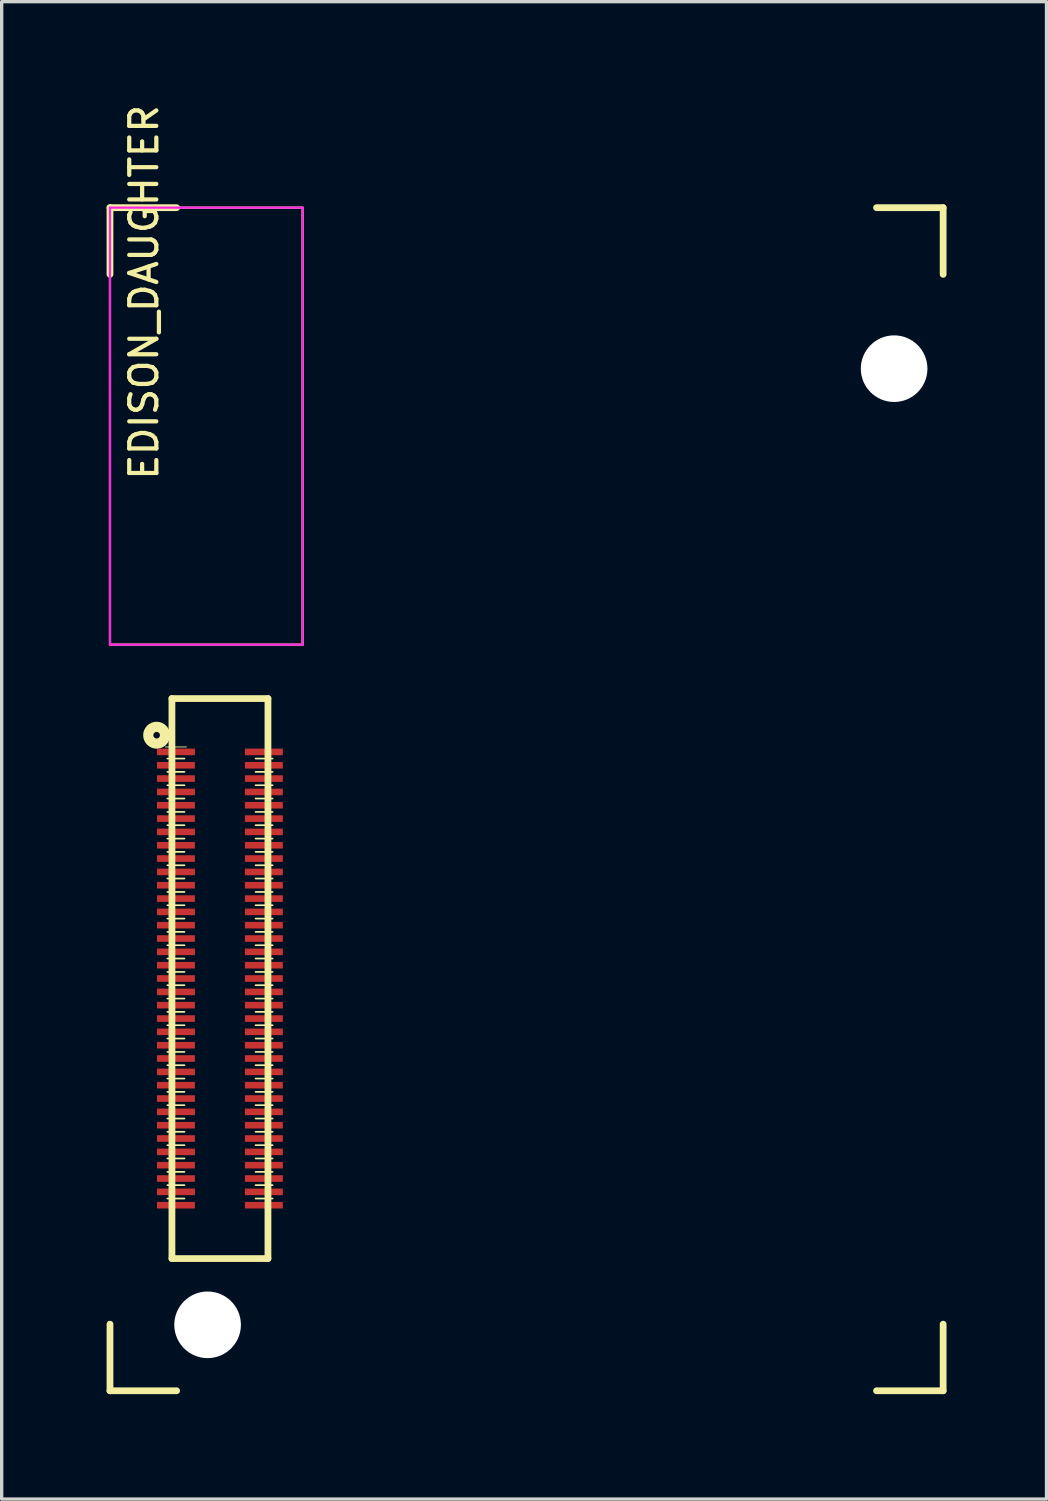
<source format=kicad_pcb>
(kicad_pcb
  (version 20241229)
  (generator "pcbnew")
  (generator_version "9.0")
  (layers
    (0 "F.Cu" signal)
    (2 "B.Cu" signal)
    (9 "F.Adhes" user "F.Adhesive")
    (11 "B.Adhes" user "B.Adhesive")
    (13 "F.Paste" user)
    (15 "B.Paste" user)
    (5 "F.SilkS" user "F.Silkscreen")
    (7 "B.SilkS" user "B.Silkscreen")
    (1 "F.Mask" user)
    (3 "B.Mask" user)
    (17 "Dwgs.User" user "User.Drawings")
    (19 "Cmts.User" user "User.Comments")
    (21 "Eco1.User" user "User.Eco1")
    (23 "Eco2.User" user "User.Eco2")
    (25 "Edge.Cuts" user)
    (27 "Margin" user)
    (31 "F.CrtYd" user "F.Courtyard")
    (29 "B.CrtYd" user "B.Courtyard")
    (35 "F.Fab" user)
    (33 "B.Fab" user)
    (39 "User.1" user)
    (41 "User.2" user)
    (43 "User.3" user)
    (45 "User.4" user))
  (footprint "EDISON_DAUGHTER"
    (layer "F.Cu")
    (at 0.25 38.68)
    (property "Reference" "EDISON_DAUGHTER" (at 1.021 -32.959 270) (layer "F.SilkS") (effects (font (size 0.813 0.813) (thickness 0.127))))
    (attr smd)
    (fp_line (start 0 -35.499) (end 1.999 -35.499) (stroke (width 0.203) (type solid)) (layer "F.SilkS"))
    (fp_line (start 0 -35.499) (end 5.779 -35.499) (stroke (width 0.066) (type solid)) (layer "F.SilkS"))
    (fp_line (start 0 -33.498) (end 0 -35.499) (stroke (width 0.203) (type solid)) (layer "F.SilkS"))
    (fp_line (start 0 -22.388) (end 0 -35.499) (stroke (width 0.066) (type solid)) (layer "F.SilkS"))
    (fp_line (start 0 -22.388) (end 5.779 -22.388) (stroke (width 0.066) (type solid)) (layer "F.SilkS"))
    (fp_line (start 0 0) (end 0 -1.999) (stroke (width 0.203) (type solid)) (layer "F.SilkS"))
    (fp_line (start 1.661 -19.317) (end 2.296 -19.317) (stroke (width 0.025) (type solid)) (layer "F.SilkS"))
    (fp_line (start 1.722 -18.969) (end 2.235 -18.969) (stroke (width 0.051) (type solid)) (layer "F.SilkS"))
    (fp_line (start 1.722 -18.57) (end 2.235 -18.57) (stroke (width 0.051) (type solid)) (layer "F.SilkS"))
    (fp_line (start 1.722 -18.169) (end 2.235 -18.169) (stroke (width 0.051) (type solid)) (layer "F.SilkS"))
    (fp_line (start 1.722 -17.77) (end 2.235 -17.77) (stroke (width 0.051) (type solid)) (layer "F.SilkS"))
    (fp_line (start 1.722 -17.369) (end 2.235 -17.369) (stroke (width 0.051) (type solid)) (layer "F.SilkS"))
    (fp_line (start 1.722 -16.97) (end 2.235 -16.97) (stroke (width 0.051) (type solid)) (layer "F.SilkS"))
    (fp_line (start 1.722 -16.568) (end 2.235 -16.568) (stroke (width 0.051) (type solid)) (layer "F.SilkS"))
    (fp_line (start 1.722 -16.17) (end 2.235 -16.17) (stroke (width 0.051) (type solid)) (layer "F.SilkS"))
    (fp_line (start 1.722 -15.768) (end 2.235 -15.768) (stroke (width 0.051) (type solid)) (layer "F.SilkS"))
    (fp_line (start 1.722 -15.37) (end 2.235 -15.37) (stroke (width 0.051) (type solid)) (layer "F.SilkS"))
    (fp_line (start 1.722 -14.968) (end 2.235 -14.968) (stroke (width 0.051) (type solid)) (layer "F.SilkS"))
    (fp_line (start 1.722 -14.569) (end 2.235 -14.569) (stroke (width 0.051) (type solid)) (layer "F.SilkS"))
    (fp_line (start 1.722 -14.168) (end 2.235 -14.168) (stroke (width 0.051) (type solid)) (layer "F.SilkS"))
    (fp_line (start 1.722 -13.769) (end 2.235 -13.769) (stroke (width 0.051) (type solid)) (layer "F.SilkS"))
    (fp_line (start 1.722 -13.368) (end 2.235 -13.368) (stroke (width 0.051) (type solid)) (layer "F.SilkS"))
    (fp_line (start 1.722 -12.969) (end 2.235 -12.969) (stroke (width 0.051) (type solid)) (layer "F.SilkS"))
    (fp_line (start 1.722 -12.568) (end 2.235 -12.568) (stroke (width 0.051) (type solid)) (layer "F.SilkS"))
    (fp_line (start 1.722 -12.169) (end 2.235 -12.169) (stroke (width 0.051) (type solid)) (layer "F.SilkS"))
    (fp_line (start 1.722 -11.768) (end 2.235 -11.768) (stroke (width 0.051) (type solid)) (layer "F.SilkS"))
    (fp_line (start 1.722 -11.369) (end 2.235 -11.369) (stroke (width 0.051) (type solid)) (layer "F.SilkS"))
    (fp_line (start 1.722 -10.968) (end 2.235 -10.968) (stroke (width 0.051) (type solid)) (layer "F.SilkS"))
    (fp_line (start 1.722 -10.569) (end 2.235 -10.569) (stroke (width 0.051) (type solid)) (layer "F.SilkS"))
    (fp_line (start 1.722 -10.168) (end 2.235 -10.168) (stroke (width 0.051) (type solid)) (layer "F.SilkS"))
    (fp_line (start 1.722 -9.769) (end 2.235 -9.769) (stroke (width 0.051) (type solid)) (layer "F.SilkS"))
    (fp_line (start 1.722 -9.368) (end 2.235 -9.368) (stroke (width 0.051) (type solid)) (layer "F.SilkS"))
    (fp_line (start 1.722 -8.969) (end 2.235 -8.969) (stroke (width 0.051) (type solid)) (layer "F.SilkS"))
    (fp_line (start 1.722 -8.57) (end 2.235 -8.57) (stroke (width 0.051) (type solid)) (layer "F.SilkS"))
    (fp_line (start 1.722 -8.169) (end 2.235 -8.169) (stroke (width 0.051) (type solid)) (layer "F.SilkS"))
    (fp_line (start 1.722 -7.77) (end 2.235 -7.77) (stroke (width 0.051) (type solid)) (layer "F.SilkS"))
    (fp_line (start 1.722 -7.369) (end 2.235 -7.369) (stroke (width 0.051) (type solid)) (layer "F.SilkS"))
    (fp_line (start 1.722 -6.97) (end 2.235 -6.97) (stroke (width 0.051) (type solid)) (layer "F.SilkS"))
    (fp_line (start 1.722 -6.568) (end 2.235 -6.568) (stroke (width 0.051) (type solid)) (layer "F.SilkS"))
    (fp_line (start 1.722 -6.17) (end 2.235 -6.17) (stroke (width 0.051) (type solid)) (layer "F.SilkS"))
    (fp_line (start 1.722 -5.768) (end 2.235 -5.768) (stroke (width 0.051) (type solid)) (layer "F.SilkS"))
    (fp_line (start 1.859 -20.77) (end 4.74 -20.77) (stroke (width 0.203) (type solid)) (layer "F.SilkS"))
    (fp_line (start 1.859 -3.967) (end 1.859 -20.77) (stroke (width 0.203) (type solid)) (layer "F.SilkS"))
    (fp_line (start 1.999 0) (end 0 0) (stroke (width 0.203) (type solid)) (layer "F.SilkS"))
    (fp_line (start 4.369 -18.969) (end 4.879 -18.969) (stroke (width 0.051) (type solid)) (layer "F.SilkS"))
    (fp_line (start 4.369 -18.57) (end 4.879 -18.57) (stroke (width 0.051) (type solid)) (layer "F.SilkS"))
    (fp_line (start 4.369 -18.169) (end 4.879 -18.169) (stroke (width 0.051) (type solid)) (layer "F.SilkS"))
    (fp_line (start 4.369 -17.77) (end 4.879 -17.77) (stroke (width 0.051) (type solid)) (layer "F.SilkS"))
    (fp_line (start 4.369 -17.369) (end 4.879 -17.369) (stroke (width 0.051) (type solid)) (layer "F.SilkS"))
    (fp_line (start 4.369 -16.97) (end 4.879 -16.97) (stroke (width 0.051) (type solid)) (layer "F.SilkS"))
    (fp_line (start 4.369 -16.568) (end 4.879 -16.568) (stroke (width 0.051) (type solid)) (layer "F.SilkS"))
    (fp_line (start 4.369 -16.17) (end 4.879 -16.17) (stroke (width 0.051) (type solid)) (layer "F.SilkS"))
    (fp_line (start 4.369 -15.768) (end 4.879 -15.768) (stroke (width 0.051) (type solid)) (layer "F.SilkS"))
    (fp_line (start 4.369 -15.37) (end 4.879 -15.37) (stroke (width 0.051) (type solid)) (layer "F.SilkS"))
    (fp_line (start 4.369 -14.968) (end 4.879 -14.968) (stroke (width 0.051) (type solid)) (layer "F.SilkS"))
    (fp_line (start 4.369 -14.569) (end 4.879 -14.569) (stroke (width 0.051) (type solid)) (layer "F.SilkS"))
    (fp_line (start 4.369 -14.168) (end 4.879 -14.168) (stroke (width 0.051) (type solid)) (layer "F.SilkS"))
    (fp_line (start 4.369 -13.769) (end 4.879 -13.769) (stroke (width 0.051) (type solid)) (layer "F.SilkS"))
    (fp_line (start 4.369 -13.368) (end 4.879 -13.368) (stroke (width 0.051) (type solid)) (layer "F.SilkS"))
    (fp_line (start 4.369 -12.969) (end 4.879 -12.969) (stroke (width 0.051) (type solid)) (layer "F.SilkS"))
    (fp_line (start 4.369 -12.568) (end 4.879 -12.568) (stroke (width 0.051) (type solid)) (layer "F.SilkS"))
    (fp_line (start 4.369 -12.169) (end 4.879 -12.169) (stroke (width 0.051) (type solid)) (layer "F.SilkS"))
    (fp_line (start 4.369 -11.768) (end 4.879 -11.768) (stroke (width 0.051) (type solid)) (layer "F.SilkS"))
    (fp_line (start 4.369 -11.369) (end 4.879 -11.369) (stroke (width 0.051) (type solid)) (layer "F.SilkS"))
    (fp_line (start 4.369 -10.968) (end 4.879 -10.968) (stroke (width 0.051) (type solid)) (layer "F.SilkS"))
    (fp_line (start 4.369 -10.569) (end 4.879 -10.569) (stroke (width 0.051) (type solid)) (layer "F.SilkS"))
    (fp_line (start 4.369 -10.168) (end 4.879 -10.168) (stroke (width 0.051) (type solid)) (layer "F.SilkS"))
    (fp_line (start 4.369 -9.769) (end 4.879 -9.769) (stroke (width 0.051) (type solid)) (layer "F.SilkS"))
    (fp_line (start 4.369 -9.368) (end 4.879 -9.368) (stroke (width 0.051) (type solid)) (layer "F.SilkS"))
    (fp_line (start 4.369 -8.969) (end 4.879 -8.969) (stroke (width 0.051) (type solid)) (layer "F.SilkS"))
    (fp_line (start 4.369 -8.57) (end 4.879 -8.57) (stroke (width 0.051) (type solid)) (layer "F.SilkS"))
    (fp_line (start 4.369 -8.169) (end 4.879 -8.169) (stroke (width 0.051) (type solid)) (layer "F.SilkS"))
    (fp_line (start 4.369 -7.77) (end 4.879 -7.77) (stroke (width 0.051) (type solid)) (layer "F.SilkS"))
    (fp_line (start 4.369 -7.369) (end 4.879 -7.369) (stroke (width 0.051) (type solid)) (layer "F.SilkS"))
    (fp_line (start 4.369 -6.97) (end 4.879 -6.97) (stroke (width 0.051) (type solid)) (layer "F.SilkS"))
    (fp_line (start 4.369 -6.568) (end 4.879 -6.568) (stroke (width 0.051) (type solid)) (layer "F.SilkS"))
    (fp_line (start 4.369 -6.17) (end 4.879 -6.17) (stroke (width 0.051) (type solid)) (layer "F.SilkS"))
    (fp_line (start 4.369 -5.768) (end 4.879 -5.768) (stroke (width 0.051) (type solid)) (layer "F.SilkS"))
    (fp_line (start 4.74 -20.77) (end 4.74 -3.967) (stroke (width 0.203) (type solid)) (layer "F.SilkS"))
    (fp_line (start 4.74 -3.967) (end 1.859 -3.967) (stroke (width 0.203) (type solid)) (layer "F.SilkS"))
    (fp_line (start 5.779 -22.388) (end 5.779 -35.499) (stroke (width 0.066) (type solid)) (layer "F.SilkS"))
    (fp_line (start 23 -35.499) (end 24.999 -35.499) (stroke (width 0.203) (type solid)) (layer "F.SilkS"))
    (fp_line (start 24.999 -35.499) (end 24.999 -33.498) (stroke (width 0.203) (type solid)) (layer "F.SilkS"))
    (fp_line (start 24.999 -1.999) (end 24.999 0) (stroke (width 0.203) (type solid)) (layer "F.SilkS"))
    (fp_line (start 24.999 0) (end 23 0) (stroke (width 0.203) (type solid)) (layer "F.SilkS"))
    (fp_circle (center 1.4 -19.67) (end 1.4 -19.769) (stroke (width 0.305) (type solid)) (fill no) (layer "F.SilkS"))
    (fp_line (start 0 -35.499) (end 5.779 -35.499) (stroke (width 0.066) (type solid)) (layer "F.CrtYd"))
    (fp_line (start 0 -22.388) (end 0 -35.499) (stroke (width 0.066) (type solid)) (layer "F.CrtYd"))
    (fp_line (start 0 -22.388) (end 5.779 -22.388) (stroke (width 0.066) (type solid)) (layer "F.CrtYd"))
    (fp_line (start 5.779 -22.388) (end 5.779 -35.499) (stroke (width 0.066) (type solid)) (layer "F.CrtYd"))
    (pad "" np_thru_hole circle (at 2.929 -1.979) (size 1.999 1.999) (drill 1.999) (layers "*.Cu" "*.Mask"))
    (pad "" np_thru_hole circle (at 23.528 -30.668) (size 1.999 1.999) (drill 1.999) (layers "*.Cu" "*.Mask"))
    (pad "1" smd rect (at 1.979 -19.169 90) (size 0.198 1.138) (layers "F.Cu" "F.Mask" "F.Paste"))
    (pad "2" smd rect (at 4.618 -19.169 90) (size 0.198 1.138) (layers "F.Cu" "F.Mask" "F.Paste"))
    (pad "3" smd rect (at 1.979 -18.768 90) (size 0.198 1.138) (layers "F.Cu" "F.Mask" "F.Paste"))
    (pad "4" smd rect (at 4.618 -18.768 90) (size 0.198 1.138) (layers "F.Cu" "F.Mask" "F.Paste"))
    (pad "5" smd rect (at 1.979 -18.369 90) (size 0.198 1.138) (layers "F.Cu" "F.Mask" "F.Paste"))
    (pad "6" smd rect (at 4.618 -18.369 90) (size 0.198 1.138) (layers "F.Cu" "F.Mask" "F.Paste"))
    (pad "7" smd rect (at 1.979 -17.968 90) (size 0.198 1.138) (layers "F.Cu" "F.Mask" "F.Paste"))
    (pad "8" smd rect (at 4.618 -17.968 90) (size 0.198 1.138) (layers "F.Cu" "F.Mask" "F.Paste"))
    (pad "9" smd rect (at 1.979 -17.569 90) (size 0.198 1.138) (layers "F.Cu" "F.Mask" "F.Paste"))
    (pad "10" smd rect (at 4.618 -17.569 90) (size 0.198 1.138) (layers "F.Cu" "F.Mask" "F.Paste"))
    (pad "11" smd rect (at 1.979 -17.168 90) (size 0.198 1.138) (layers "F.Cu" "F.Mask" "F.Paste"))
    (pad "12" smd rect (at 4.618 -17.168 90) (size 0.198 1.138) (layers "F.Cu" "F.Mask" "F.Paste"))
    (pad "13" smd rect (at 1.979 -16.769 90) (size 0.198 1.138) (layers "F.Cu" "F.Mask" "F.Paste"))
    (pad "14" smd rect (at 4.618 -16.769 90) (size 0.198 1.138) (layers "F.Cu" "F.Mask" "F.Paste"))
    (pad "15" smd rect (at 1.979 -16.368 90) (size 0.198 1.138) (layers "F.Cu" "F.Mask" "F.Paste"))
    (pad "16" smd rect (at 4.618 -16.368 90) (size 0.198 1.138) (layers "F.Cu" "F.Mask" "F.Paste"))
    (pad "17" smd rect (at 1.979 -15.969 90) (size 0.198 1.138) (layers "F.Cu" "F.Mask" "F.Paste"))
    (pad "18" smd rect (at 4.618 -15.969 90) (size 0.198 1.138) (layers "F.Cu" "F.Mask" "F.Paste"))
    (pad "19" smd rect (at 1.979 -15.568 90) (size 0.198 1.138) (layers "F.Cu" "F.Mask" "F.Paste"))
    (pad "20" smd rect (at 4.618 -15.568 90) (size 0.198 1.138) (layers "F.Cu" "F.Mask" "F.Paste"))
    (pad "21" smd rect (at 1.979 -15.169 90) (size 0.198 1.138) (layers "F.Cu" "F.Mask" "F.Paste"))
    (pad "22" smd rect (at 4.618 -15.169 90) (size 0.198 1.138) (layers "F.Cu" "F.Mask" "F.Paste"))
    (pad "23" smd rect (at 1.979 -14.768 90) (size 0.198 1.138) (layers "F.Cu" "F.Mask" "F.Paste"))
    (pad "24" smd rect (at 4.618 -14.768 90) (size 0.198 1.138) (layers "F.Cu" "F.Mask" "F.Paste"))
    (pad "25" smd rect (at 1.979 -14.369 90) (size 0.198 1.138) (layers "F.Cu" "F.Mask" "F.Paste"))
    (pad "26" smd rect (at 4.618 -14.369 90) (size 0.198 1.138) (layers "F.Cu" "F.Mask" "F.Paste"))
    (pad "27" smd rect (at 1.979 -13.97 90) (size 0.198 1.138) (layers "F.Cu" "F.Mask" "F.Paste"))
    (pad "28" smd rect (at 4.618 -13.97 90) (size 0.198 1.138) (layers "F.Cu" "F.Mask" "F.Paste"))
    (pad "29" smd rect (at 1.979 -13.569 90) (size 0.198 1.138) (layers "F.Cu" "F.Mask" "F.Paste"))
    (pad "30" smd rect (at 4.618 -13.569 90) (size 0.198 1.138) (layers "F.Cu" "F.Mask" "F.Paste"))
    (pad "31" smd rect (at 1.979 -13.17 90) (size 0.198 1.138) (layers "F.Cu" "F.Mask" "F.Paste"))
    (pad "32" smd rect (at 4.618 -13.17 90) (size 0.198 1.138) (layers "F.Cu" "F.Mask" "F.Paste"))
    (pad "33" smd rect (at 1.979 -12.769 90) (size 0.198 1.138) (layers "F.Cu" "F.Mask" "F.Paste"))
    (pad "34" smd rect (at 4.618 -12.769 90) (size 0.198 1.138) (layers "F.Cu" "F.Mask" "F.Paste"))
    (pad "35" smd rect (at 1.979 -12.37 90) (size 0.198 1.138) (layers "F.Cu" "F.Mask" "F.Paste"))
    (pad "36" smd rect (at 4.618 -12.37 90) (size 0.198 1.138) (layers "F.Cu" "F.Mask" "F.Paste"))
    (pad "37" smd rect (at 1.979 -11.968 90) (size 0.198 1.138) (layers "F.Cu" "F.Mask" "F.Paste"))
    (pad "38" smd rect (at 4.618 -11.968 90) (size 0.198 1.138) (layers "F.Cu" "F.Mask" "F.Paste"))
    (pad "39" smd rect (at 1.979 -11.57 90) (size 0.198 1.138) (layers "F.Cu" "F.Mask" "F.Paste"))
    (pad "40" smd rect (at 4.618 -11.57 90) (size 0.198 1.138) (layers "F.Cu" "F.Mask" "F.Paste"))
    (pad "41" smd rect (at 1.979 -11.168 90) (size 0.198 1.138) (layers "F.Cu" "F.Mask" "F.Paste"))
    (pad "42" smd rect (at 4.618 -11.168 90) (size 0.198 1.138) (layers "F.Cu" "F.Mask" "F.Paste"))
    (pad "43" smd rect (at 1.979 -10.77 90) (size 0.198 1.138) (layers "F.Cu" "F.Mask" "F.Paste"))
    (pad "44" smd rect (at 4.618 -10.77 90) (size 0.198 1.138) (layers "F.Cu" "F.Mask" "F.Paste"))
    (pad "45" smd rect (at 1.979 -10.368 90) (size 0.198 1.138) (layers "F.Cu" "F.Mask" "F.Paste"))
    (pad "46" smd rect (at 4.618 -10.368 90) (size 0.198 1.138) (layers "F.Cu" "F.Mask" "F.Paste"))
    (pad "47" smd rect (at 1.979 -9.97 90) (size 0.198 1.138) (layers "F.Cu" "F.Mask" "F.Paste"))
    (pad "48" smd rect (at 4.618 -9.97 90) (size 0.198 1.138) (layers "F.Cu" "F.Mask" "F.Paste"))
    (pad "49" smd rect (at 1.979 -9.568 90) (size 0.198 1.138) (layers "F.Cu" "F.Mask" "F.Paste"))
    (pad "50" smd rect (at 4.618 -9.568 90) (size 0.198 1.138) (layers "F.Cu" "F.Mask" "F.Paste"))
    (pad "51" smd rect (at 1.979 -9.169 90) (size 0.198 1.138) (layers "F.Cu" "F.Mask" "F.Paste"))
    (pad "52" smd rect (at 4.618 -9.169 90) (size 0.198 1.138) (layers "F.Cu" "F.Mask" "F.Paste"))
    (pad "53" smd rect (at 1.979 -8.768 90) (size 0.198 1.138) (layers "F.Cu" "F.Mask" "F.Paste"))
    (pad "54" smd rect (at 4.618 -8.768 90) (size 0.198 1.138) (layers "F.Cu" "F.Mask" "F.Paste"))
    (pad "55" smd rect (at 1.979 -8.369 90) (size 0.198 1.138) (layers "F.Cu" "F.Mask" "F.Paste"))
    (pad "56" smd rect (at 4.618 -8.369 90) (size 0.198 1.138) (layers "F.Cu" "F.Mask" "F.Paste"))
    (pad "57" smd rect (at 1.979 -7.968 90) (size 0.198 1.138) (layers "F.Cu" "F.Mask" "F.Paste"))
    (pad "58" smd rect (at 4.618 -7.968 90) (size 0.198 1.138) (layers "F.Cu" "F.Mask" "F.Paste"))
    (pad "59" smd rect (at 1.979 -7.569 90) (size 0.198 1.138) (layers "F.Cu" "F.Mask" "F.Paste"))
    (pad "60" smd rect (at 4.618 -7.569 90) (size 0.198 1.138) (layers "F.Cu" "F.Mask" "F.Paste"))
    (pad "61" smd rect (at 1.979 -7.168 90) (size 0.198 1.138) (layers "F.Cu" "F.Mask" "F.Paste"))
    (pad "62" smd rect (at 4.618 -7.168 90) (size 0.198 1.138) (layers "F.Cu" "F.Mask" "F.Paste"))
    (pad "63" smd rect (at 1.979 -6.769 90) (size 0.198 1.138) (layers "F.Cu" "F.Mask" "F.Paste"))
    (pad "64" smd rect (at 4.618 -6.769 90) (size 0.198 1.138) (layers "F.Cu" "F.Mask" "F.Paste"))
    (pad "65" smd rect (at 1.979 -6.368 90) (size 0.198 1.138) (layers "F.Cu" "F.Mask" "F.Paste"))
    (pad "66" smd rect (at 4.618 -6.368 90) (size 0.198 1.138) (layers "F.Cu" "F.Mask" "F.Paste"))
    (pad "67" smd rect (at 1.979 -5.969 90) (size 0.198 1.138) (layers "F.Cu" "F.Mask" "F.Paste"))
    (pad "68" smd rect (at 4.618 -5.969 90) (size 0.198 1.138) (layers "F.Cu" "F.Mask" "F.Paste"))
    (pad "69" smd rect (at 1.979 -5.568 90) (size 0.198 1.138) (layers "F.Cu" "F.Mask" "F.Paste"))
    (pad "70" smd rect (at 4.618 -5.568 90) (size 0.198 1.138) (layers "F.Cu" "F.Mask" "F.Paste")))
  (gr_rect
    (start -3 -3)
    (end 28.35 41.93)
    (stroke (width 0.1) (type default))
    (fill no)
    (layer "Edge.Cuts")))
</source>
